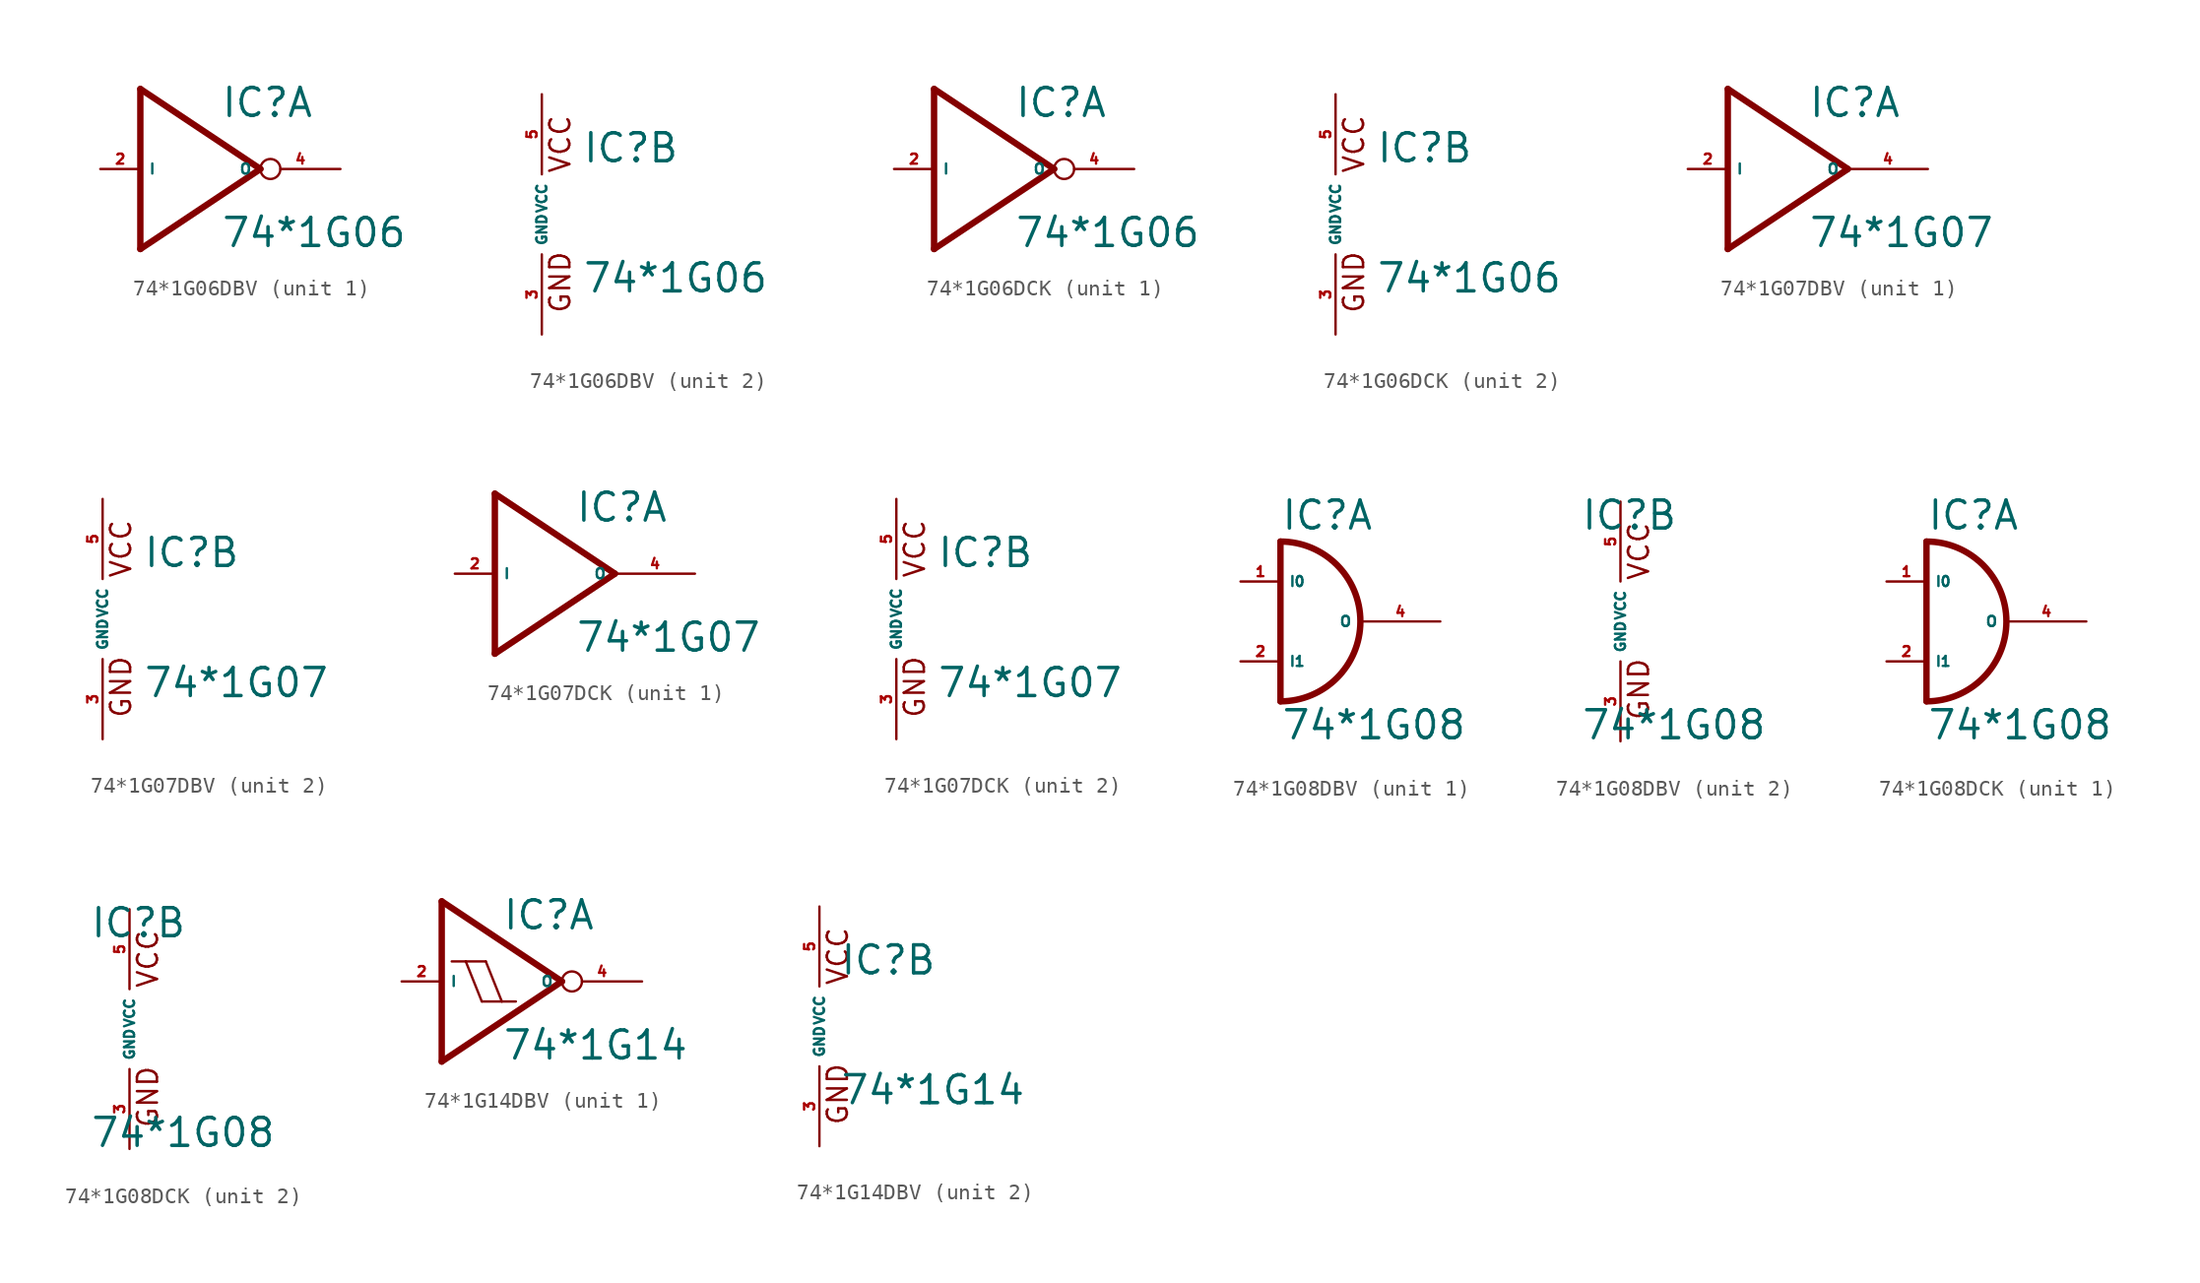
<source format=kicad_sym>
(kicad_symbol_lib
  (version 20220914)
  (generator Eagle2Kicad)
  (symbol "74*1G06DBV"
    (property "Reference" "IC"
      (at 2.54 3.175 0)
      (effects (font (size 1.778 1.778) (thickness 0.22)) (justify left bottom)))
    (property "Value" "74*1G06"
      (at 2.54 -5.08 0)
      (effects (font (size 1.778 1.778) (thickness 0.22)) (justify left bottom)))
    (symbol "74*1G06DBV_1_0"
      (polyline (pts (xy -2.54 5.08) (xy 5.08 0)) (stroke (width 0.406) (type default)) (fill (type none)))
      (polyline (pts (xy 5.08 0) (xy -2.54 -5.08)) (stroke (width 0.406) (type default)) (fill (type none)))
      (polyline (pts (xy -2.54 -5.08) (xy -2.54 5.08)) (stroke (width 0.406) (type default)) (fill (type none)))
      (pin input line (at -5.08 0 0) (length 2.54) (name "I" (effects (font (size 0.635 0.635) (thickness 0.08)) (justify left bottom))) (number "2" (effects (font (size 0.635 0.635) (thickness 0.08)) (justify left bottom))))
      (pin open_collector inverted (at 10.16 0 180) (length 5.08) (name "O" (effects (font (size 0.635 0.635) (thickness 0.08)) (justify left bottom))) (number "4" (effects (font (size 0.635 0.635) (thickness 0.08)) (justify left bottom)))))
    (symbol "74*1G06DBV_2_0"
      (text "GND" (at 1.905 -6.35 900) (effects (font (size 1.27 1.27) (thickness 0.16)) (justify left bottom)))
      (text "VCC" (at 1.905 2.54 900) (effects (font (size 1.27 1.27) (thickness 0.16)) (justify left bottom)))
      (pin unspecified line (at 0 -7.62 90) (length 5.08) (name "GND" (effects (font (size 0.635 0.635) (thickness 0.08)) (justify left bottom))) (number "3" (effects (font (size 0.635 0.635) (thickness 0.08)) (justify left bottom))))
      (pin unspecified line (at 0 7.62 270) (length 5.08) (name "VCC" (effects (font (size 0.635 0.635) (thickness 0.08)) (justify left bottom))) (number "5" (effects (font (size 0.635 0.635) (thickness 0.08)) (justify left bottom))))))
  (symbol "74*1G06DCK"
    (property "Reference" "IC"
      (at 2.54 3.175 0)
      (effects (font (size 1.778 1.778) (thickness 0.22)) (justify left bottom)))
    (property "Value" "74*1G06"
      (at 2.54 -5.08 0)
      (effects (font (size 1.778 1.778) (thickness 0.22)) (justify left bottom)))
    (symbol "74*1G06DCK_1_0"
      (polyline (pts (xy -2.54 5.08) (xy 5.08 0)) (stroke (width 0.406) (type default)) (fill (type none)))
      (polyline (pts (xy 5.08 0) (xy -2.54 -5.08)) (stroke (width 0.406) (type default)) (fill (type none)))
      (polyline (pts (xy -2.54 -5.08) (xy -2.54 5.08)) (stroke (width 0.406) (type default)) (fill (type none)))
      (pin input line (at -5.08 0 0) (length 2.54) (name "I" (effects (font (size 0.635 0.635) (thickness 0.08)) (justify left bottom))) (number "2" (effects (font (size 0.635 0.635) (thickness 0.08)) (justify left bottom))))
      (pin open_collector inverted (at 10.16 0 180) (length 5.08) (name "O" (effects (font (size 0.635 0.635) (thickness 0.08)) (justify left bottom))) (number "4" (effects (font (size 0.635 0.635) (thickness 0.08)) (justify left bottom)))))
    (symbol "74*1G06DCK_2_0"
      (text "GND" (at 1.905 -6.35 900) (effects (font (size 1.27 1.27) (thickness 0.16)) (justify left bottom)))
      (text "VCC" (at 1.905 2.54 900) (effects (font (size 1.27 1.27) (thickness 0.16)) (justify left bottom)))
      (pin unspecified line (at 0 -7.62 90) (length 5.08) (name "GND" (effects (font (size 0.635 0.635) (thickness 0.08)) (justify left bottom))) (number "3" (effects (font (size 0.635 0.635) (thickness 0.08)) (justify left bottom))))
      (pin unspecified line (at 0 7.62 270) (length 5.08) (name "VCC" (effects (font (size 0.635 0.635) (thickness 0.08)) (justify left bottom))) (number "5" (effects (font (size 0.635 0.635) (thickness 0.08)) (justify left bottom))))))
  (symbol "74*1G07DBV"
    (property "Reference" "IC"
      (at 2.54 3.175 0)
      (effects (font (size 1.778 1.778) (thickness 0.22)) (justify left bottom)))
    (property "Value" "74*1G07"
      (at 2.54 -5.08 0)
      (effects (font (size 1.778 1.778) (thickness 0.22)) (justify left bottom)))
    (symbol "74*1G07DBV_1_0"
      (polyline (pts (xy -2.54 5.08) (xy 5.08 0)) (stroke (width 0.406) (type default)) (fill (type none)))
      (polyline (pts (xy 5.08 0) (xy -2.54 -5.08)) (stroke (width 0.406) (type default)) (fill (type none)))
      (polyline (pts (xy -2.54 -5.08) (xy -2.54 5.08)) (stroke (width 0.406) (type default)) (fill (type none)))
      (pin input line (at -5.08 0 0) (length 2.54) (name "I" (effects (font (size 0.635 0.635) (thickness 0.08)) (justify left bottom))) (number "2" (effects (font (size 0.635 0.635) (thickness 0.08)) (justify left bottom))))
      (pin open_collector line (at 10.16 0 180) (length 5.08) (name "O" (effects (font (size 0.635 0.635) (thickness 0.08)) (justify left bottom))) (number "4" (effects (font (size 0.635 0.635) (thickness 0.08)) (justify left bottom)))))
    (symbol "74*1G07DBV_2_0"
      (text "GND" (at 1.905 -6.35 900) (effects (font (size 1.27 1.27) (thickness 0.16)) (justify left bottom)))
      (text "VCC" (at 1.905 2.54 900) (effects (font (size 1.27 1.27) (thickness 0.16)) (justify left bottom)))
      (pin unspecified line (at 0 -7.62 90) (length 5.08) (name "GND" (effects (font (size 0.635 0.635) (thickness 0.08)) (justify left bottom))) (number "3" (effects (font (size 0.635 0.635) (thickness 0.08)) (justify left bottom))))
      (pin unspecified line (at 0 7.62 270) (length 5.08) (name "VCC" (effects (font (size 0.635 0.635) (thickness 0.08)) (justify left bottom))) (number "5" (effects (font (size 0.635 0.635) (thickness 0.08)) (justify left bottom))))))
  (symbol "74*1G07DCK"
    (property "Reference" "IC"
      (at 2.54 3.175 0)
      (effects (font (size 1.778 1.778) (thickness 0.22)) (justify left bottom)))
    (property "Value" "74*1G07"
      (at 2.54 -5.08 0)
      (effects (font (size 1.778 1.778) (thickness 0.22)) (justify left bottom)))
    (symbol "74*1G07DCK_1_0"
      (polyline (pts (xy -2.54 5.08) (xy 5.08 0)) (stroke (width 0.406) (type default)) (fill (type none)))
      (polyline (pts (xy 5.08 0) (xy -2.54 -5.08)) (stroke (width 0.406) (type default)) (fill (type none)))
      (polyline (pts (xy -2.54 -5.08) (xy -2.54 5.08)) (stroke (width 0.406) (type default)) (fill (type none)))
      (pin input line (at -5.08 0 0) (length 2.54) (name "I" (effects (font (size 0.635 0.635) (thickness 0.08)) (justify left bottom))) (number "2" (effects (font (size 0.635 0.635) (thickness 0.08)) (justify left bottom))))
      (pin open_collector line (at 10.16 0 180) (length 5.08) (name "O" (effects (font (size 0.635 0.635) (thickness 0.08)) (justify left bottom))) (number "4" (effects (font (size 0.635 0.635) (thickness 0.08)) (justify left bottom)))))
    (symbol "74*1G07DCK_2_0"
      (text "GND" (at 1.905 -6.35 900) (effects (font (size 1.27 1.27) (thickness 0.16)) (justify left bottom)))
      (text "VCC" (at 1.905 2.54 900) (effects (font (size 1.27 1.27) (thickness 0.16)) (justify left bottom)))
      (pin unspecified line (at 0 -7.62 90) (length 5.08) (name "GND" (effects (font (size 0.635 0.635) (thickness 0.08)) (justify left bottom))) (number "3" (effects (font (size 0.635 0.635) (thickness 0.08)) (justify left bottom))))
      (pin unspecified line (at 0 7.62 270) (length 5.08) (name "VCC" (effects (font (size 0.635 0.635) (thickness 0.08)) (justify left bottom))) (number "5" (effects (font (size 0.635 0.635) (thickness 0.08)) (justify left bottom))))))
  (symbol "74*1G08DBV"
    (property "Reference" "IC"
      (at -2.54 5.715 0)
      (effects (font (size 1.778 1.778) (thickness 0.22)) (justify left bottom)))
    (property "Value" "74*1G08"
      (at -2.54 -7.62 0)
      (effects (font (size 1.778 1.778) (thickness 0.22)) (justify left bottom)))
    (symbol "74*1G08DBV_1_0"
      (polyline (pts (xy -2.54 5.08) (xy -2.54 -5.08)) (stroke (width 0.406) (type default)) (fill (type none)))
      (arc (start -2.54 -5.08) (mid 2.540 0.000) (end -2.54 5.08) (stroke (width 0.4064) (type default)) (fill (type none)))
      (pin input line (at -5.08 2.54 0) (length 2.54) (name "I0" (effects (font (size 0.635 0.635) (thickness 0.08)) (justify left bottom))) (number "1" (effects (font (size 0.635 0.635) (thickness 0.08)) (justify left bottom))))
      (pin input line (at -5.08 -2.54 0) (length 2.54) (name "I1" (effects (font (size 0.635 0.635) (thickness 0.08)) (justify left bottom))) (number "2" (effects (font (size 0.635 0.635) (thickness 0.08)) (justify left bottom))))
      (pin output line (at 7.62 0 180) (length 5.08) (name "O" (effects (font (size 0.635 0.635) (thickness 0.08)) (justify left bottom))) (number "4" (effects (font (size 0.635 0.635) (thickness 0.08)) (justify left bottom)))))
    (symbol "74*1G08DBV_2_0"
      (text "GND" (at 1.905 -6.35 900) (effects (font (size 1.27 1.27) (thickness 0.16)) (justify left bottom)))
      (text "VCC" (at 1.905 2.54 900) (effects (font (size 1.27 1.27) (thickness 0.16)) (justify left bottom)))
      (pin unspecified line (at 0 -7.62 90) (length 5.08) (name "GND" (effects (font (size 0.635 0.635) (thickness 0.08)) (justify left bottom))) (number "3" (effects (font (size 0.635 0.635) (thickness 0.08)) (justify left bottom))))
      (pin unspecified line (at 0 7.62 270) (length 5.08) (name "VCC" (effects (font (size 0.635 0.635) (thickness 0.08)) (justify left bottom))) (number "5" (effects (font (size 0.635 0.635) (thickness 0.08)) (justify left bottom))))))
  (symbol "74*1G08DCK"
    (property "Reference" "IC"
      (at -2.54 5.715 0)
      (effects (font (size 1.778 1.778) (thickness 0.22)) (justify left bottom)))
    (property "Value" "74*1G08"
      (at -2.54 -7.62 0)
      (effects (font (size 1.778 1.778) (thickness 0.22)) (justify left bottom)))
    (symbol "74*1G08DCK_1_0"
      (polyline (pts (xy -2.54 5.08) (xy -2.54 -5.08)) (stroke (width 0.406) (type default)) (fill (type none)))
      (arc (start -2.54 -5.08) (mid 2.540 0.000) (end -2.54 5.08) (stroke (width 0.4064) (type default)) (fill (type none)))
      (pin input line (at -5.08 2.54 0) (length 2.54) (name "I0" (effects (font (size 0.635 0.635) (thickness 0.08)) (justify left bottom))) (number "1" (effects (font (size 0.635 0.635) (thickness 0.08)) (justify left bottom))))
      (pin input line (at -5.08 -2.54 0) (length 2.54) (name "I1" (effects (font (size 0.635 0.635) (thickness 0.08)) (justify left bottom))) (number "2" (effects (font (size 0.635 0.635) (thickness 0.08)) (justify left bottom))))
      (pin output line (at 7.62 0 180) (length 5.08) (name "O" (effects (font (size 0.635 0.635) (thickness 0.08)) (justify left bottom))) (number "4" (effects (font (size 0.635 0.635) (thickness 0.08)) (justify left bottom)))))
    (symbol "74*1G08DCK_2_0"
      (text "GND" (at 1.905 -6.35 900) (effects (font (size 1.27 1.27) (thickness 0.16)) (justify left bottom)))
      (text "VCC" (at 1.905 2.54 900) (effects (font (size 1.27 1.27) (thickness 0.16)) (justify left bottom)))
      (pin unspecified line (at 0 -7.62 90) (length 5.08) (name "GND" (effects (font (size 0.635 0.635) (thickness 0.08)) (justify left bottom))) (number "3" (effects (font (size 0.635 0.635) (thickness 0.08)) (justify left bottom))))
      (pin unspecified line (at 0 7.62 270) (length 5.08) (name "VCC" (effects (font (size 0.635 0.635) (thickness 0.08)) (justify left bottom))) (number "5" (effects (font (size 0.635 0.635) (thickness 0.08)) (justify left bottom))))))
  (symbol "74*1G14DBV"
    (property "Reference" "IC"
      (at 1.27 3.175 0)
      (effects (font (size 1.778 1.778) (thickness 0.22)) (justify left bottom)))
    (property "Value" "74*1G14"
      (at 1.27 -5.08 0)
      (effects (font (size 1.778 1.778) (thickness 0.22)) (justify left bottom)))
    (symbol "74*1G14DBV_1_0"
      (polyline (pts (xy -2.54 5.08) (xy 5.08 0)) (stroke (width 0.406) (type default)) (fill (type none)))
      (polyline (pts (xy 5.08 0) (xy -2.54 -5.08)) (stroke (width 0.406) (type default)) (fill (type none)))
      (polyline (pts (xy -2.54 -5.08) (xy -2.54 5.08)) (stroke (width 0.406) (type default)) (fill (type none)))
      (polyline (pts (xy 1.27 -1.27) (xy 0.254 1.27)) (stroke (width 0.152) (type default)) (fill (type none)))
      (polyline (pts (xy 0 -1.27) (xy -1.016 1.27)) (stroke (width 0.152) (type default)) (fill (type none)))
      (polyline (pts (xy 0 -1.27) (xy 1.27 -1.27)) (stroke (width 0.152) (type default)) (fill (type none)))
      (polyline (pts (xy 1.27 -1.27) (xy 2.159 -1.27)) (stroke (width 0.152) (type default)) (fill (type none)))
      (polyline (pts (xy -1.905 1.27) (xy -1.016 1.27)) (stroke (width 0.152) (type default)) (fill (type none)))
      (polyline (pts (xy -1.016 1.27) (xy 0.254 1.27)) (stroke (width 0.152) (type default)) (fill (type none)))
      (pin input line (at -5.08 0 0) (length 2.54) (name "I" (effects (font (size 0.635 0.635) (thickness 0.08)) (justify left bottom))) (number "2" (effects (font (size 0.635 0.635) (thickness 0.08)) (justify left bottom))))
      (pin output inverted (at 10.16 0 180) (length 5.08) (name "O" (effects (font (size 0.635 0.635) (thickness 0.08)) (justify left bottom))) (number "4" (effects (font (size 0.635 0.635) (thickness 0.08)) (justify left bottom)))))
    (symbol "74*1G14DBV_2_0"
      (text "GND" (at 1.905 -6.35 900) (effects (font (size 1.27 1.27) (thickness 0.16)) (justify left bottom)))
      (text "VCC" (at 1.905 2.54 900) (effects (font (size 1.27 1.27) (thickness 0.16)) (justify left bottom)))
      (pin unspecified line (at 0 -7.62 90) (length 5.08) (name "GND" (effects (font (size 0.635 0.635) (thickness 0.08)) (justify left bottom))) (number "3" (effects (font (size 0.635 0.635) (thickness 0.08)) (justify left bottom))))
      (pin unspecified line (at 0 7.62 270) (length 5.08) (name "VCC" (effects (font (size 0.635 0.635) (thickness 0.08)) (justify left bottom))) (number "5" (effects (font (size 0.635 0.635) (thickness 0.08)) (justify left bottom)))))))
</source>
